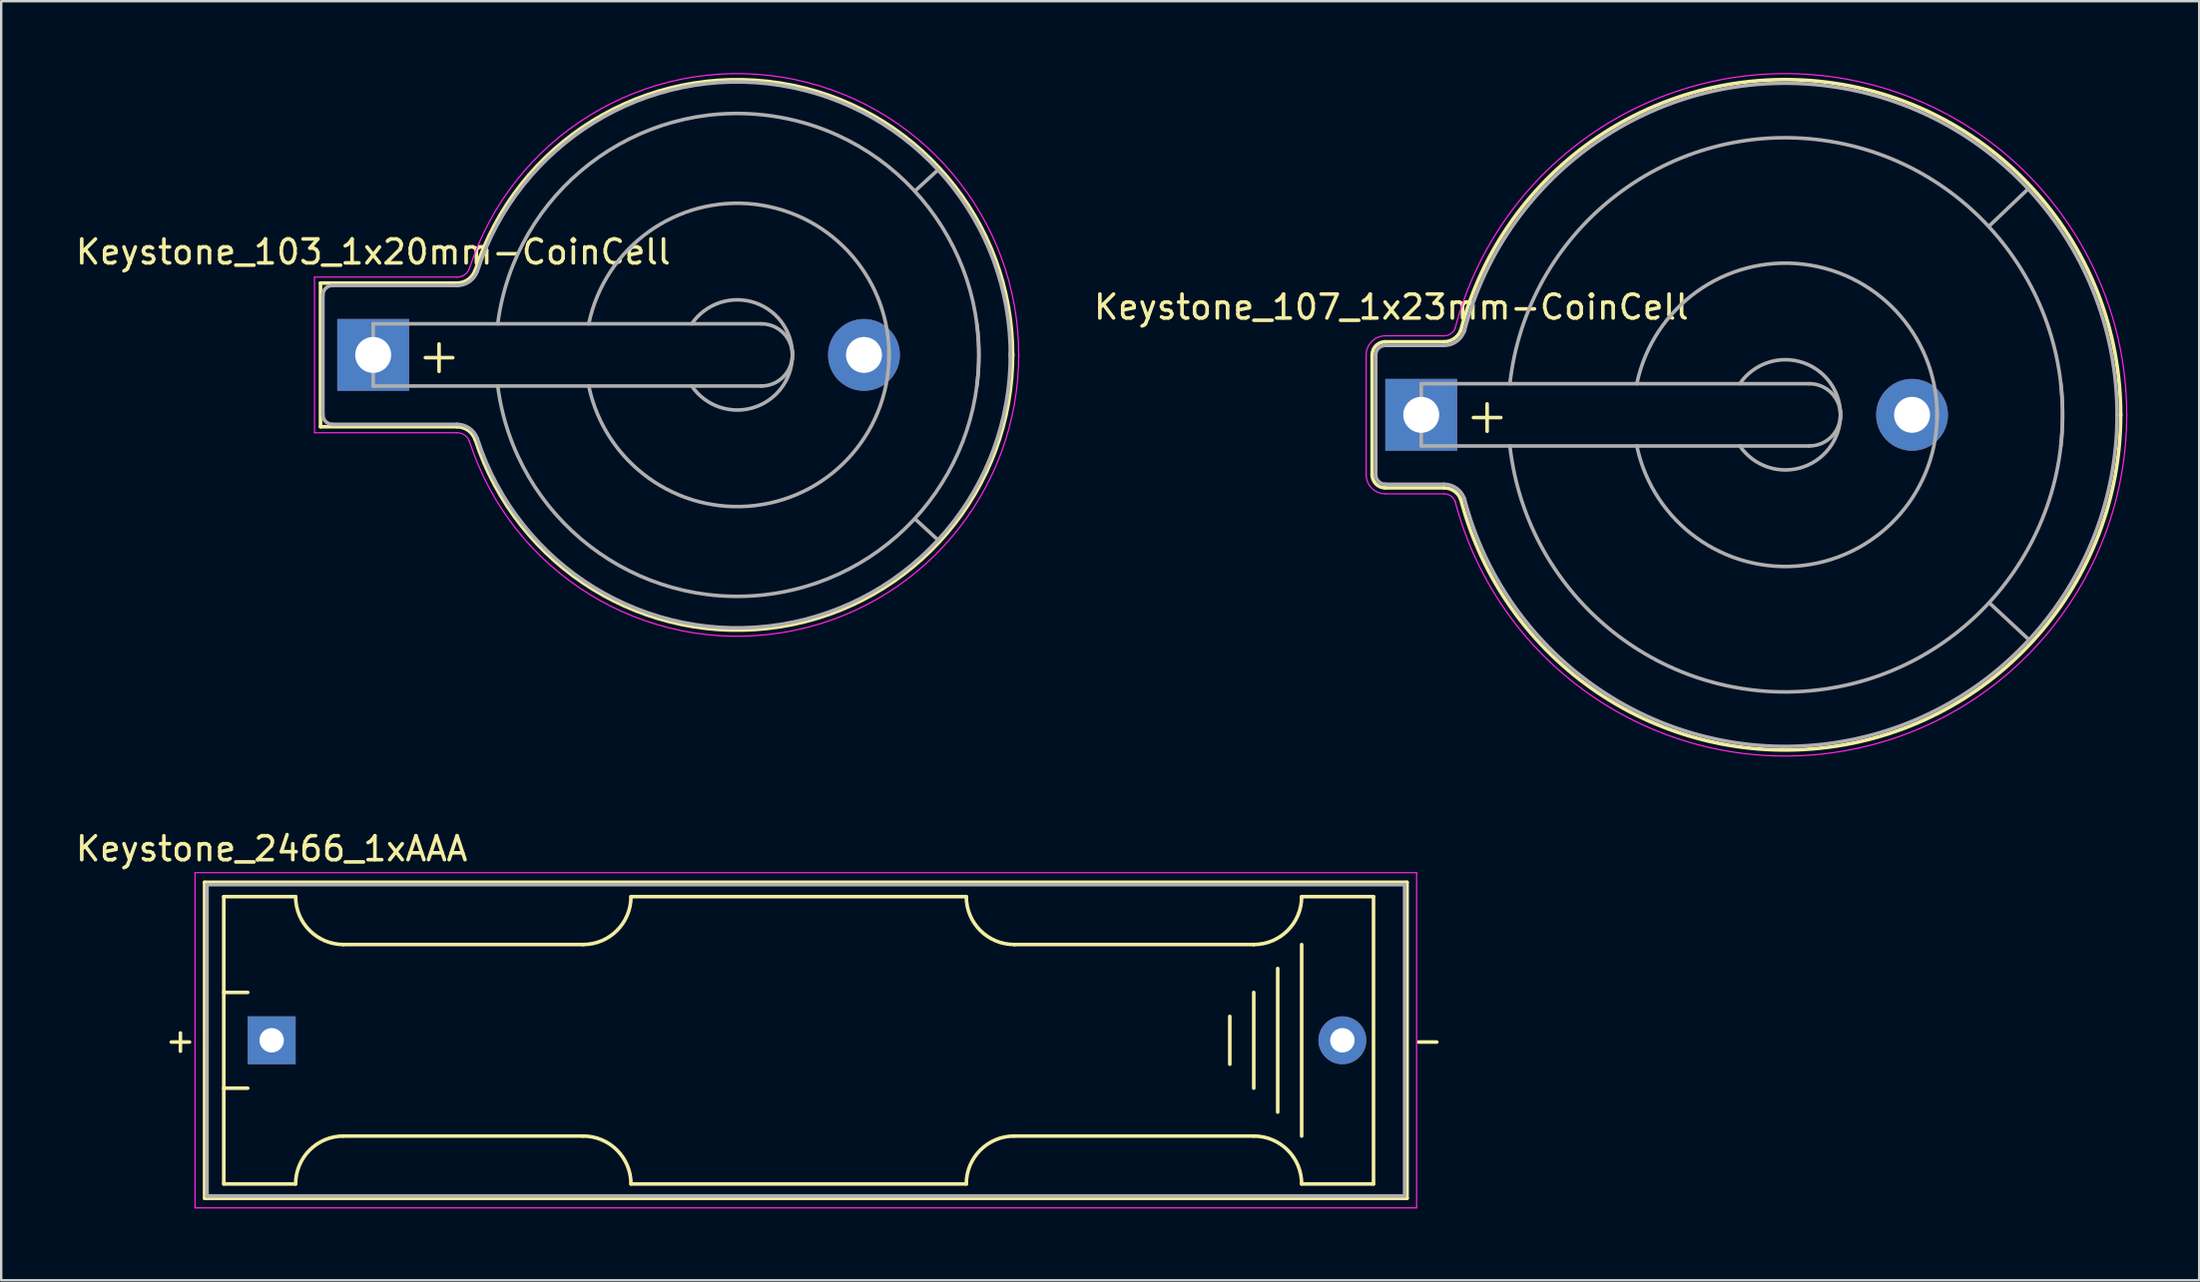
<source format=kicad_pcb>
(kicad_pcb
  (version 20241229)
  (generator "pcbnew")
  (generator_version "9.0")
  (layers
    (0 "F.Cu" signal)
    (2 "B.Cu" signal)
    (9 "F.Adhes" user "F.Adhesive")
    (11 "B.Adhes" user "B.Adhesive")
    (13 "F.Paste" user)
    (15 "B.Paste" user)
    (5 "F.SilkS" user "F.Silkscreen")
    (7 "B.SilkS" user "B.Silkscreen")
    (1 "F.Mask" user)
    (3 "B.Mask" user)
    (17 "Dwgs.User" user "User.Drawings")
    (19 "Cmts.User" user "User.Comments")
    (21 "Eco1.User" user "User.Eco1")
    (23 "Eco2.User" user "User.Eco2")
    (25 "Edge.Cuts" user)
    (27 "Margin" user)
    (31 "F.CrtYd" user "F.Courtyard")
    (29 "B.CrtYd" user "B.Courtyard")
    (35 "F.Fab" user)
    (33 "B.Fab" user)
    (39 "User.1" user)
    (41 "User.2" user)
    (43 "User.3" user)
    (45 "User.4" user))
  (footprint "Keystone_107_1x23mm-CoinCell"
    (layer "F.Cu")
    (at 56.285 14.277)
    (property "Reference" "Keystone_107_1x23mm-CoinCell" (at -1.25 -4.5 0) (layer "F.SilkS") (effects (font (size 1 1) (thickness 0.15))))
    (attr through_hole)
    (fp_line (start -2.05 -2.5) (end -2.05 2.5) (stroke (width 0.15) (type solid)) (layer "F.SilkS"))
    (fp_line (start -1.5 3.05) (end 0.95 3.05) (stroke (width 0.15) (type solid)) (layer "F.SilkS"))
    (fp_line (start 0.95 -3.05) (end -1.5 -3.05) (stroke (width 0.15) (type solid)) (layer "F.SilkS"))
    (fp_arc (start -2.05 -2.5) (mid -1.888909 -2.888909) (end -1.5 -3.05) (stroke (width 0.15) (type solid)) (layer "F.SilkS"))
    (fp_arc (start -1.5 3.05) (mid -1.888909 2.888909) (end -2.05 2.5) (stroke (width 0.15) (type solid)) (layer "F.SilkS"))
    (fp_arc (start 0.95 3.05) (mid 1.380182 3.185636) (end 1.654769 3.543485) (stroke (width 0.15) (type solid)) (layer "F.SilkS"))
    (fp_arc (start 1.65 -3.52) (mid 16.981862 -13.885887) (end 29.199738 0.015231) (stroke (width 0.15) (type solid)) (layer "F.SilkS"))
    (fp_arc (start 1.654769 -3.543485) (mid 1.380182 -3.185636) (end 0.95 -3.05) (stroke (width 0.15) (type solid)) (layer "F.SilkS"))
    (fp_arc (start 29.199738 -0.015231) (mid 16.981862 13.885887) (end 1.65 3.52) (stroke (width 0.15) (type solid)) (layer "F.SilkS"))
    (fp_line (start -2.3 -2.5) (end -2.3 2.5) (stroke (width 0.05) (type solid)) (layer "F.CrtYd"))
    (fp_line (start -1.5 3.3) (end 0.95 3.3) (stroke (width 0.05) (type solid)) (layer "F.CrtYd"))
    (fp_line (start 0.95 -3.3) (end -1.5 -3.3) (stroke (width 0.05) (type solid)) (layer "F.CrtYd"))
    (fp_arc (start -2.3 -2.5) (mid -2.065685 -3.065685) (end -1.5 -3.3) (stroke (width 0.05) (type solid)) (layer "F.CrtYd"))
    (fp_arc (start -1.5 3.3) (mid -2.065685 3.065685) (end -2.3 2.5) (stroke (width 0.05) (type solid)) (layer "F.CrtYd"))
    (fp_arc (start 0.95 3.3) (mid 1.236788 3.390424) (end 1.419846 3.62899) (stroke (width 0.05) (type solid)) (layer "F.CrtYd"))
    (fp_arc (start 1.41 -3.6) (mid 17.030934 -14.134065) (end 29.452124 0.032591) (stroke (width 0.05) (type solid)) (layer "F.CrtYd"))
    (fp_arc (start 1.419846 -3.62899) (mid 1.236788 -3.390424) (end 0.95 -3.3) (stroke (width 0.05) (type solid)) (layer "F.CrtYd"))
    (fp_arc (start 29.452124 -0.032591) (mid 17.030934 14.134065) (end 1.41 3.6) (stroke (width 0.05) (type solid)) (layer "F.CrtYd"))
    (fp_line (start -1.9 -2.5) (end -1.9 2.5) (stroke (width 0.15) (type solid)) (layer "F.Fab"))
    (fp_line (start -1.5 2.9) (end 0.95 2.9) (stroke (width 0.15) (type solid)) (layer "F.Fab"))
    (fp_line (start 0 -1.3) (end 0 1.3) (stroke (width 0.15) (type solid)) (layer "F.Fab"))
    (fp_line (start 0 1.3) (end 16.2 1.3) (stroke (width 0.15) (type solid)) (layer "F.Fab"))
    (fp_line (start 0.95 -2.9) (end -1.5 -2.9) (stroke (width 0.15) (type solid)) (layer "F.Fab"))
    (fp_line (start 16.2 -1.3) (end 0 -1.3) (stroke (width 0.15) (type solid)) (layer "F.Fab"))
    (fp_line (start 23.711 -7.887) (end 25.339 -9.439) (stroke (width 0.15) (type solid)) (layer "F.Fab"))
    (fp_line (start 23.724 7.861) (end 25.367 9.391) (stroke (width 0.15) (type solid)) (layer "F.Fab"))
    (fp_arc (start -1.9 -2.5) (mid -1.782843 -2.782843) (end -1.5 -2.9) (stroke (width 0.15) (type solid)) (layer "F.Fab"))
    (fp_arc (start -1.5 2.9) (mid -1.782843 2.782843) (end -1.9 2.5) (stroke (width 0.15) (type solid)) (layer "F.Fab"))
    (fp_arc (start 0.95 2.9) (mid 1.466219 3.062763) (end 1.795723 3.492182) (stroke (width 0.15) (type solid)) (layer "F.Fab"))
    (fp_arc (start 1.795723 -3.492182) (mid 1.466219 -3.062763) (end 0.95 -2.9) (stroke (width 0.15) (type solid)) (layer "F.Fab"))
    (fp_arc (start 1.8 -3.5) (mid 16.980951 -13.734563) (end 29.049508 0.033425) (stroke (width 0.15) (type solid)) (layer "F.Fab"))
    (fp_arc (start 3.7 -1.3) (mid 16.5 -11.5) (end 26.7 1.3) (stroke (width 0.15) (type solid)) (layer "F.Fab"))
    (fp_arc (start 9 -1.3) (mid 15.954687 -6.28971) (end 21.531551 0.203631) (stroke (width 0.15) (type solid)) (layer "F.Fab"))
    (fp_arc (start 13.3 -1.3) (mid 15.963947 -2.171724) (end 17.495448 0.175833) (stroke (width 0.15) (type solid)) (layer "F.Fab"))
    (fp_arc (start 16.2 -1.3) (mid 17.5 0) (end 16.2 1.3) (stroke (width 0.15) (type solid)) (layer "F.Fab"))
    (fp_arc (start 17.495448 -0.175833) (mid 15.963947 2.171724) (end 13.3 1.3) (stroke (width 0.15) (type solid)) (layer "F.Fab"))
    (fp_arc (start 21.531551 -0.203631) (mid 15.954687 6.28971) (end 9 1.3) (stroke (width 0.15) (type solid)) (layer "F.Fab"))
    (fp_arc (start 26.7 -1.3) (mid 16.5 11.5) (end 3.7 1.3) (stroke (width 0.15) (type solid)) (layer "F.Fab"))
    (fp_arc (start 29.049508 -0.033425) (mid 16.980951 13.734562) (end 1.8 3.5) (stroke (width 0.15) (type solid)) (layer "F.Fab"))
    (fp_text user "+" (at 2.75 0 0) (layer "F.SilkS") (effects (font (size 1.5 1.5) (thickness 0.15))))
    (pad "1" thru_hole rect (at 0 0) (size 3 3) (drill 1.5) (layers "*.Cu" "*.Mask"))
    (pad "2" thru_hole circle (at 20.49 0) (size 3 3) (drill 1.5) (layers "*.Cu" "*.Mask")))
  (footprint "Keystone_2466_1xAAA"
    (layer "F.Cu")
    (at 8.292 40.403)
    (property "Reference" "Keystone_2466_1xAAA" (at 0 -8 180) (layer "F.SilkS") (effects (font (size 1 1) (thickness 0.15))))
    (attr through_hole)
    (fp_line (start -2.8 -6.6) (end -2.8 6.6) (stroke (width 0.15) (type solid)) (layer "F.SilkS"))
    (fp_line (start -2.8 6.6) (end 47.4 6.6) (stroke (width 0.15) (type solid)) (layer "F.SilkS"))
    (fp_line (start -2 -6) (end -2 6) (stroke (width 0.15) (type solid)) (layer "F.SilkS"))
    (fp_line (start -2 -6) (end 1 -6) (stroke (width 0.15) (type solid)) (layer "F.SilkS"))
    (fp_line (start -2 -2) (end -1 -2) (stroke (width 0.15) (type solid)) (layer "F.SilkS"))
    (fp_line (start -2 6) (end 1 6) (stroke (width 0.15) (type solid)) (layer "F.SilkS"))
    (fp_line (start -1 2) (end -2 2) (stroke (width 0.15) (type solid)) (layer "F.SilkS"))
    (fp_line (start 3 -4) (end 13 -4) (stroke (width 0.15) (type solid)) (layer "F.SilkS"))
    (fp_line (start 3 4) (end 13 4) (stroke (width 0.15) (type solid)) (layer "F.SilkS"))
    (fp_line (start 15 6) (end 29 6) (stroke (width 0.15) (type solid)) (layer "F.SilkS"))
    (fp_line (start 29 -6) (end 15 -6) (stroke (width 0.15) (type solid)) (layer "F.SilkS"))
    (fp_line (start 40 -1) (end 40 1) (stroke (width 0.15) (type solid)) (layer "F.SilkS"))
    (fp_line (start 41 -4) (end 31 -4) (stroke (width 0.15) (type solid)) (layer "F.SilkS"))
    (fp_line (start 41 -2) (end 41 2) (stroke (width 0.15) (type solid)) (layer "F.SilkS"))
    (fp_line (start 41 4) (end 31 4) (stroke (width 0.15) (type solid)) (layer "F.SilkS"))
    (fp_line (start 42 3) (end 42 -3) (stroke (width 0.15) (type solid)) (layer "F.SilkS"))
    (fp_line (start 43 -4) (end 43 4) (stroke (width 0.15) (type solid)) (layer "F.SilkS"))
    (fp_line (start 46 -6) (end 43 -6) (stroke (width 0.15) (type solid)) (layer "F.SilkS"))
    (fp_line (start 46 -6) (end 46 6) (stroke (width 0.15) (type solid)) (layer "F.SilkS"))
    (fp_line (start 46 6) (end 43 6) (stroke (width 0.15) (type solid)) (layer "F.SilkS"))
    (fp_line (start 47.4 -6.6) (end -2.8 -6.6) (stroke (width 0.15) (type solid)) (layer "F.SilkS"))
    (fp_line (start 47.4 6.6) (end 47.4 -6.6) (stroke (width 0.15) (type solid)) (layer "F.SilkS"))
    (fp_arc (start 1 6) (mid 1.585786 4.585786) (end 3 4) (stroke (width 0.15) (type solid)) (layer "F.SilkS"))
    (fp_arc (start 3 -4) (mid 1.585786 -4.585786) (end 1 -6) (stroke (width 0.15) (type solid)) (layer "F.SilkS"))
    (fp_arc (start 13 4) (mid 14.414214 4.585786) (end 15 6) (stroke (width 0.15) (type solid)) (layer "F.SilkS"))
    (fp_arc (start 15 -6) (mid 14.414214 -4.585786) (end 13 -4) (stroke (width 0.15) (type solid)) (layer "F.SilkS"))
    (fp_arc (start 29 6) (mid 29.585786 4.585786) (end 31 4) (stroke (width 0.15) (type solid)) (layer "F.SilkS"))
    (fp_arc (start 31 -4) (mid 29.585786 -4.585786) (end 29 -6) (stroke (width 0.15) (type solid)) (layer "F.SilkS"))
    (fp_arc (start 41 4) (mid 42.414214 4.585786) (end 43 6) (stroke (width 0.15) (type solid)) (layer "F.SilkS"))
    (fp_arc (start 43 -6) (mid 42.414214 -4.585786) (end 41 -4) (stroke (width 0.15) (type solid)) (layer "F.SilkS"))
    (fp_line (start -3.2 -7) (end -3.2 7) (stroke (width 0.05) (type solid)) (layer "F.CrtYd"))
    (fp_line (start -3.2 7) (end 47.8 7) (stroke (width 0.05) (type solid)) (layer "F.CrtYd"))
    (fp_line (start 47.8 -7) (end -3.2 -7) (stroke (width 0.05) (type solid)) (layer "F.CrtYd"))
    (fp_line (start 47.8 7) (end 47.8 -7) (stroke (width 0.05) (type solid)) (layer "F.CrtYd"))
    (fp_line (start -2.7 -6.5) (end 47.3 -6.5) (stroke (width 0.15) (type solid)) (layer "F.Fab"))
    (fp_line (start -2.7 0) (end -2.7 -6.5) (stroke (width 0.15) (type solid)) (layer "F.Fab"))
    (fp_line (start -2.7 6.5) (end -2.7 0) (stroke (width 0.15) (type solid)) (layer "F.Fab"))
    (fp_line (start 47.3 -6.5) (end 47.3 6.5) (stroke (width 0.15) (type solid)) (layer "F.Fab"))
    (fp_line (start 47.3 6.5) (end -2.7 6.5) (stroke (width 0.15) (type solid)) (layer "F.Fab"))
    (fp_text user "-" (at 48.26 0 0) (layer "F.SilkS") (effects (font (size 1 1) (thickness 0.15))))
    (fp_text user "+" (at -3.81 0 0) (layer "F.SilkS") (effects (font (size 1 1) (thickness 0.15))))
    (pad "1" thru_hole rect (at 0 0) (size 2 2) (drill 1.02) (layers "*.Cu" "*.Mask"))
    (pad "2" thru_hole circle (at 44.7 0) (size 2 2) (drill 1.02) (layers "*.Cu" "*.Mask")))
  (footprint "Keystone_103_1x20mm-CoinCell"
    (layer "F.Cu")
    (at 12.53 11.775)
    (property "Reference" "Keystone_103_1x20mm-CoinCell" (at 0 -4.3 0) (layer "F.SilkS") (effects (font (size 1 1) (thickness 0.15))))
    (attr through_hole)
    (fp_line (start -2.2 -3) (end 3.5 -3) (stroke (width 0.15) (type solid)) (layer "F.SilkS"))
    (fp_line (start -2.2 3) (end -2.2 -3) (stroke (width 0.15) (type solid)) (layer "F.SilkS"))
    (fp_line (start -2.2 3) (end 3.5 3) (stroke (width 0.15) (type solid)) (layer "F.SilkS"))
    (fp_arc (start 3.5 3) (mid 3.958861 3.144678) (end 4.251754 3.526384) (stroke (width 0.15) (type solid)) (layer "F.SilkS"))
    (fp_arc (start 4.25 -3.5) (mid 16.993514 -11.35499) (end 26.695671 0.045281) (stroke (width 0.15) (type solid)) (layer "F.SilkS"))
    (fp_arc (start 4.251754 -3.526384) (mid 3.958861 -3.144678) (end 3.5 -3) (stroke (width 0.15) (type solid)) (layer "F.SilkS"))
    (fp_arc (start 26.695671 -0.045281) (mid 16.993514 11.35499) (end 4.25 3.5) (stroke (width 0.15) (type solid)) (layer "F.SilkS"))
    (fp_line (start -2.45 -3.25) (end 3.5 -3.25) (stroke (width 0.05) (type solid)) (layer "F.CrtYd"))
    (fp_line (start -2.45 3.25) (end -2.45 -3.25) (stroke (width 0.05) (type solid)) (layer "F.CrtYd"))
    (fp_line (start -2.45 3.25) (end 3.5 3.25) (stroke (width 0.05) (type solid)) (layer "F.CrtYd"))
    (fp_arc (start 3.5 3.25) (mid 3.815467 3.349466) (end 4.016831 3.611889) (stroke (width 0.05) (type solid)) (layer "F.CrtYd"))
    (fp_arc (start 4.015 -3.6) (mid 17.056602 -11.602468) (end 26.949865 0.069987) (stroke (width 0.05) (type solid)) (layer "F.CrtYd"))
    (fp_arc (start 4.016831 -3.611889) (mid 3.815467 -3.349466) (end 3.5 -3.25) (stroke (width 0.05) (type solid)) (layer "F.CrtYd"))
    (fp_arc (start 26.949865 -0.069987) (mid 17.056602 11.602468) (end 4.015 3.6) (stroke (width 0.05) (type solid)) (layer "F.CrtYd"))
    (fp_line (start -2.1 -2.5) (end -2.1 2.5) (stroke (width 0.15) (type solid)) (layer "F.Fab"))
    (fp_line (start -1.7 2.9) (end 3.531 2.9) (stroke (width 0.15) (type solid)) (layer "F.Fab"))
    (fp_line (start 0 -1.3) (end 0 1.3) (stroke (width 0.15) (type solid)) (layer "F.Fab"))
    (fp_line (start 0 1.3) (end 16.2 1.3) (stroke (width 0.15) (type solid)) (layer "F.Fab"))
    (fp_line (start 3.531 -2.9) (end -1.7 -2.9) (stroke (width 0.15) (type solid)) (layer "F.Fab"))
    (fp_line (start 16.2 -1.3) (end 0 -1.3) (stroke (width 0.15) (type solid)) (layer "F.Fab"))
    (fp_line (start 23.571 -7.722) (end 22.631 -6.858) (stroke (width 0.15) (type solid)) (layer "F.Fab"))
    (fp_line (start 23.571 7.722) (end 22.657 6.883) (stroke (width 0.15) (type solid)) (layer "F.Fab"))
    (fp_arc (start -2.1 -2.5) (mid -1.982843 -2.782843) (end -1.7 -2.9) (stroke (width 0.15) (type solid)) (layer "F.Fab"))
    (fp_arc (start -1.7 2.9) (mid -1.982843 2.782843) (end -2.1 2.5) (stroke (width 0.15) (type solid)) (layer "F.Fab"))
    (fp_arc (start 3.5 2.9) (mid 4.016219 3.062763) (end 4.345723 3.492182) (stroke (width 0.15) (type solid)) (layer "F.Fab"))
    (fp_arc (start 4.345723 -3.492182) (mid 4.016219 -3.062763) (end 3.5 -2.9) (stroke (width 0.15) (type solid)) (layer "F.Fab"))
    (fp_arc (start 4.35 -3.5) (mid 17.008726 -11.256154) (end 26.600299 0.075351) (stroke (width 0.15) (type solid)) (layer "F.Fab"))
    (fp_arc (start 5.2 -1.3) (mid 16.5 -10) (end 25.2 1.3) (stroke (width 0.15) (type solid)) (layer "F.Fab"))
    (fp_arc (start 9 -1.3) (mid 15.954687 -6.28971) (end 21.531551 0.203631) (stroke (width 0.15) (type solid)) (layer "F.Fab"))
    (fp_arc (start 13.3 -1.3) (mid 15.963947 -2.171724) (end 17.495448 0.175833) (stroke (width 0.15) (type solid)) (layer "F.Fab"))
    (fp_arc (start 16.2 -1.3) (mid 17.5 0) (end 16.2 1.3) (stroke (width 0.15) (type solid)) (layer "F.Fab"))
    (fp_arc (start 17.495448 -0.175833) (mid 15.963947 2.171724) (end 13.3 1.3) (stroke (width 0.15) (type solid)) (layer "F.Fab"))
    (fp_arc (start 21.531551 -0.203631) (mid 15.954687 6.28971) (end 9 1.3) (stroke (width 0.15) (type solid)) (layer "F.Fab"))
    (fp_arc (start 25.2 -1.3) (mid 16.5 10) (end 5.2 1.3) (stroke (width 0.15) (type solid)) (layer "F.Fab"))
    (fp_arc (start 26.600299 -0.075351) (mid 17.008726 11.256154) (end 4.35 3.5) (stroke (width 0.15) (type solid)) (layer "F.Fab"))
    (fp_text user "+" (at 2.75 0 0) (layer "F.SilkS") (effects (font (size 1.5 1.5) (thickness 0.15))))
    (pad "1" thru_hole rect (at 0 0) (size 3 3) (drill 1.5) (layers "*.Cu" "*.Mask"))
    (pad "2" thru_hole circle (at 20.49 0) (size 3 3) (drill 1.5) (layers "*.Cu" "*.Mask")))
  (gr_rect
    (start -3 -3)
    (end 88.762 50.428)
    (stroke (width 0.1) (type default))
    (fill no)
    (layer "Edge.Cuts")))
</source>
